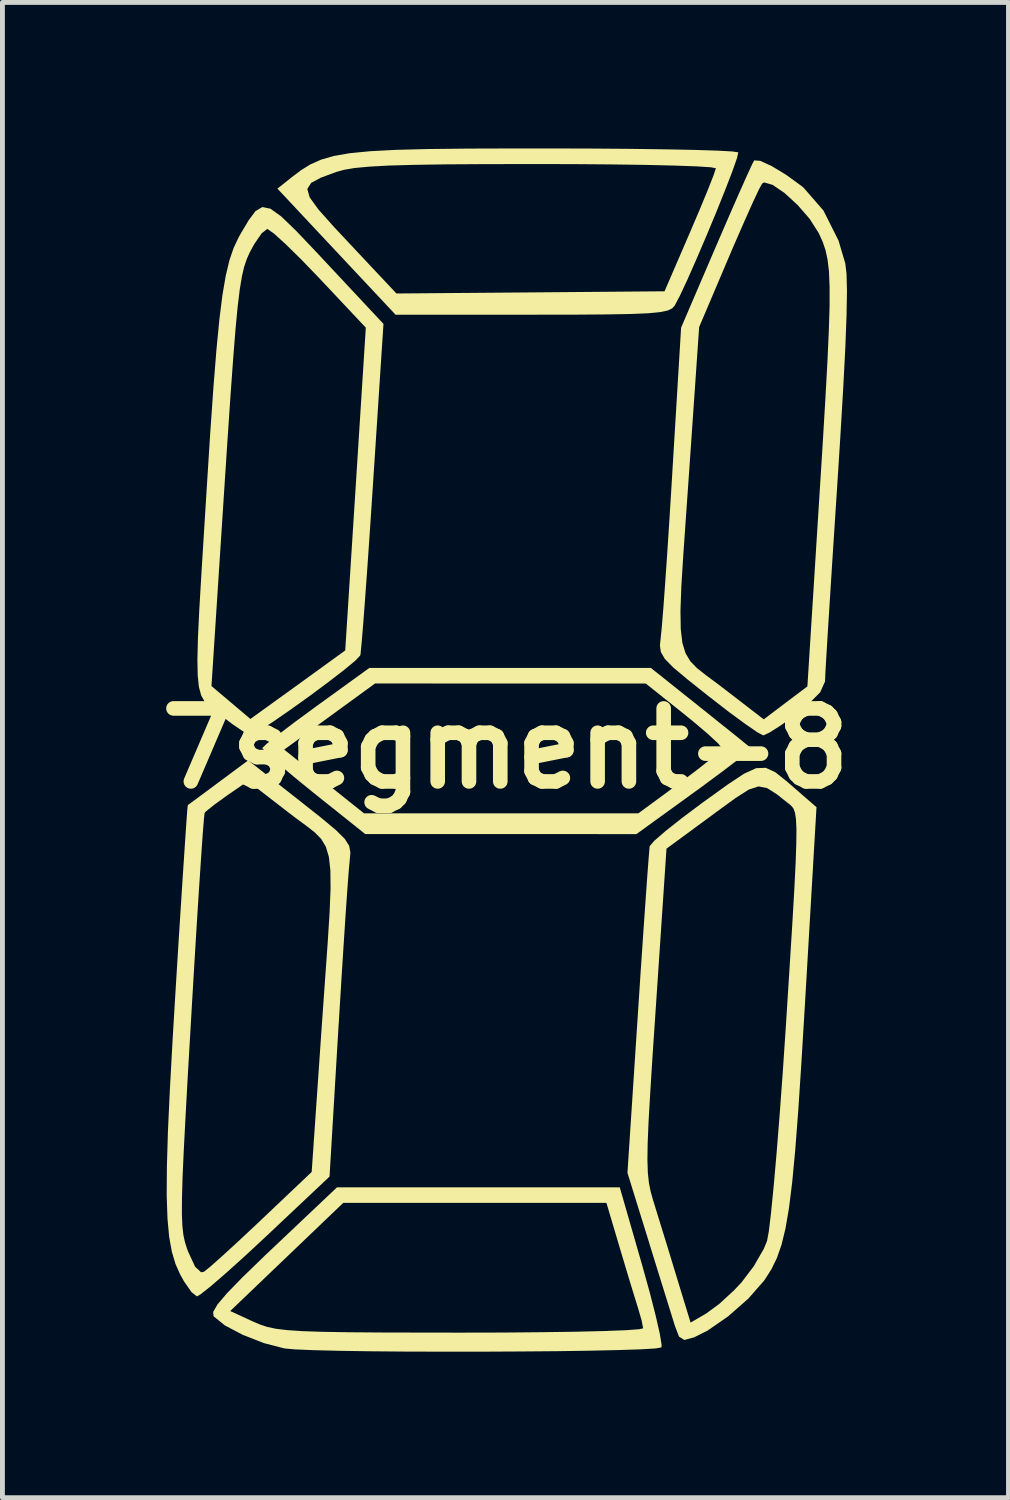
<source format=kicad_pcb>
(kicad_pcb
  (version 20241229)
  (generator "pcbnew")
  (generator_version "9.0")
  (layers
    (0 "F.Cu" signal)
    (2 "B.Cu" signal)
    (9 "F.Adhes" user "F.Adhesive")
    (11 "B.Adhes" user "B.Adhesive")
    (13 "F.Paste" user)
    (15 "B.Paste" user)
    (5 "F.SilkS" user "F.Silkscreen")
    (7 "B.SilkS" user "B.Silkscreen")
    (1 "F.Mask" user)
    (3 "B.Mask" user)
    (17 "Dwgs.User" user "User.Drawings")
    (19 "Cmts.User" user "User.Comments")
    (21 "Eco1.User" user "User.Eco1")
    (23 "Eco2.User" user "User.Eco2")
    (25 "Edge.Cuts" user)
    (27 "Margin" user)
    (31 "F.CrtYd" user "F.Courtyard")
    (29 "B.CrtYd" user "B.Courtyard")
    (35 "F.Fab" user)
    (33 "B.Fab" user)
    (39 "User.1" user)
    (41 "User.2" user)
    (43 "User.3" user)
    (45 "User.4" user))
  (footprint "7segment-8"
    (layer "F.Cu")
    (at 7.336 12.327)
    (property "Reference" "7segment-8" (at 0 0 0) (layer "F.SilkS") (effects (font (size 1.5 1.5) (thickness 0.3))))
    (attr board_only exclude_from_pos_files exclude_from_bom)
    (fp_poly (pts (xy 0.096 -1.654) (xy 2.988 -1.653) (xy 4.002 -0.844) (xy 4.395 -0.529) (xy 4.723 -0.267) (xy 4.951 -0.082) (xy 5.048 -0.003) (xy 5.049 -0.002) (xy 4.979 0.068) (xy 4.766 0.239) (xy 4.44 0.487) (xy 4.031 0.79) (xy 3.886 0.895) (xy 2.69 1.761) (xy -0.096 1.76) (xy -2.882 1.76) (xy -3.949 0.908) (xy -4.348 0.583) (xy -4.676 0.305) (xy -4.903 0.1) (xy -4.97 0.025) (xy -4.547 0.025) (xy -3.727 0.68) (xy -2.907 1.334) (xy -0.089 1.334) (xy 2.729 1.334) (xy 3.587 0.704) (xy 3.949 0.431) (xy 4.237 0.201) (xy 4.412 0.044) (xy 4.448 -0.004) (xy 4.371 -0.1) (xy 4.163 -0.293) (xy 3.859 -0.551) (xy 3.667 -0.707) (xy 2.882 -1.333) (xy 0.101 -1.333) (xy -2.68 -1.334) (xy -3.614 -0.654) (xy -4.547 0.025) (xy -4.97 0.025) (xy -4.996 -0.004) (xy -4.997 -0.009) (xy -4.908 -0.093) (xy -4.679 -0.275) (xy -4.344 -0.53) (xy -3.935 -0.83) (xy -3.888 -0.865) (xy -2.797 -1.654)) (stroke (width 0) (type solid)) (fill yes) (layer "F.SilkS"))
    (fp_poly (pts (xy -0.557 9.019) (xy 2.348 9.019) (xy 2.811 10.627) (xy 2.965 11.182) (xy 3.088 11.663) (xy 3.172 12.034) (xy 3.208 12.259) (xy 3.203 12.308) (xy 3.079 12.329) (xy 2.771 12.347) (xy 2.308 12.362) (xy 1.721 12.375) (xy 1.038 12.385) (xy 0.289 12.391) (xy -0.497 12.395) (xy -1.29 12.395) (xy -2.06 12.393) (xy -2.779 12.387) (xy -3.416 12.377) (xy -3.943 12.364) (xy -4.329 12.348) (xy -4.544 12.328) (xy -4.967 12.218) (xy -5.399 12.049) (xy -5.768 11.854) (xy -5.998 11.667) (xy -6.007 11.58) (xy -5.995 11.56) (xy -5.656 11.56) (xy -5.176 11.781) (xy -5.039 11.839) (xy -4.894 11.887) (xy -4.718 11.924) (xy -4.486 11.952) (xy -4.176 11.973) (xy -3.764 11.987) (xy -3.226 11.996) (xy -2.539 12.001) (xy -1.679 12.003) (xy -0.934 12.004) (xy -0.062 12.002) (xy 0.739 11.995) (xy 1.444 11.985) (xy 2.029 11.971) (xy 2.471 11.954) (xy 2.745 11.934) (xy 2.828 11.916) (xy 2.798 11.757) (xy 2.728 11.515) (xy 2.653 11.273) (xy 2.537 10.894) (xy 2.403 10.445) (xy 2.351 10.272) (xy 2.074 9.338) (xy -0.63 9.338) (xy -3.334 9.338) (xy -4.495 10.449) (xy -5.656 11.56) (xy -5.995 11.56) (xy -5.921 11.429) (xy -5.725 11.197) (xy -5.404 10.867) (xy -4.942 10.419) (xy -4.787 10.272) (xy -3.462 9.018)) (stroke (width 0) (type solid)) (fill yes) (layer "F.SilkS"))
    (fp_poly (pts (xy 1.714 -12.325) (xy 2.537 -12.319) (xy 3.268 -12.309) (xy 3.882 -12.297) (xy 4.355 -12.282) (xy 4.663 -12.265) (xy 4.782 -12.247) (xy 4.783 -12.246) (xy 4.757 -12.13) (xy 4.662 -11.859) (xy 4.514 -11.475) (xy 4.331 -11.019) (xy 4.129 -10.533) (xy 3.925 -10.056) (xy 3.737 -9.63) (xy 3.581 -9.296) (xy 3.476 -9.098) (xy 3.425 -9.041) (xy 3.336 -8.998) (xy 3.182 -8.965) (xy 2.94 -8.941) (xy 2.585 -8.926) (xy 2.091 -8.917) (xy 1.435 -8.912) (xy 0.591 -8.911) (xy 0.55 -8.911) (xy -2.259 -8.911) (xy -3.473 -10.206) (xy -4.68 -11.495) (xy -4.072 -11.495) (xy -4.023 -11.321) (xy -3.841 -11.07) (xy -3.522 -10.712) (xy -3.227 -10.397) (xy -2.241 -9.347) (xy 0.514 -9.369) (xy 3.268 -9.392) (xy 3.795 -10.613) (xy 3.996 -11.085) (xy 4.162 -11.487) (xy 4.276 -11.778) (xy 4.322 -11.917) (xy 4.322 -11.92) (xy 4.22 -11.94) (xy 3.928 -11.959) (xy 3.471 -11.975) (xy 2.875 -11.989) (xy 2.162 -11.999) (xy 1.358 -12.005) (xy 0.654 -12.006) (xy -0.375 -12.005) (xy -1.213 -12) (xy -1.882 -11.99) (xy -2.404 -11.975) (xy -2.803 -11.953) (xy -3.1 -11.925) (xy -3.317 -11.888) (xy -3.473 -11.845) (xy -3.792 -11.727) (xy -3.993 -11.62) (xy -4.072 -11.495) (xy -4.68 -11.495) (xy -4.686 -11.501) (xy -4.394 -11.734) (xy -4.201 -11.88) (xy -4.007 -12) (xy -3.791 -12.096) (xy -3.531 -12.172) (xy -3.202 -12.229) (xy -2.784 -12.27) (xy -2.254 -12.298) (xy -1.589 -12.315) (xy -0.767 -12.324) (xy 0.235 -12.327) (xy 0.821 -12.327)) (stroke (width 0) (type solid)) (fill yes) (layer "F.SilkS"))
    (fp_poly (pts (xy -4.83 -11.089) (xy -4.61 -10.932) (xy -4.308 -10.641) (xy -3.898 -10.21) (xy -3.695 -9.993) (xy -2.507 -8.722) (xy -2.726 -5.375) (xy -2.781 -4.548) (xy -2.833 -3.789) (xy -2.881 -3.122) (xy -2.922 -2.576) (xy -2.955 -2.177) (xy -2.977 -1.951) (xy -2.983 -1.912) (xy -3.081 -1.807) (xy -3.313 -1.614) (xy -3.639 -1.363) (xy -4.016 -1.083) (xy -4.405 -0.804) (xy -4.762 -0.557) (xy -5.047 -0.371) (xy -5.218 -0.277) (xy -5.242 -0.271) (xy -5.37 -0.335) (xy -5.607 -0.496) (xy -5.838 -0.671) (xy -5.979 -0.778) (xy -6.095 -0.87) (xy -6.185 -0.967) (xy -6.253 -1.09) (xy -6.299 -1.262) (xy -6.301 -1.281) (xy -6.041 -1.281) (xy -5.641 -0.943) (xy -5.241 -0.605) (xy -4.699 -0.996) (xy -4.318 -1.271) (xy -3.927 -1.554) (xy -3.725 -1.7) (xy -3.293 -2.013) (xy -3.081 -5.329) (xy -2.87 -8.645) (xy -3.823 -9.658) (xy -4.188 -10.037) (xy -4.508 -10.352) (xy -4.751 -10.573) (xy -4.886 -10.67) (xy -4.896 -10.672) (xy -5.009 -10.584) (xy -5.163 -10.36) (xy -5.254 -10.192) (xy -5.316 -10.055) (xy -5.369 -9.897) (xy -5.416 -9.695) (xy -5.46 -9.429) (xy -5.503 -9.076) (xy -5.547 -8.614) (xy -5.594 -8.022) (xy -5.648 -7.278) (xy -5.71 -6.36) (xy -5.767 -5.496) (xy -6.041 -1.281) (xy -6.301 -1.281) (xy -6.324 -1.503) (xy -6.33 -1.834) (xy -6.319 -2.277) (xy -6.291 -2.853) (xy -6.248 -3.583) (xy -6.192 -4.488) (xy -6.139 -5.336) (xy -6.067 -6.472) (xy -6.001 -7.417) (xy -5.939 -8.192) (xy -5.878 -8.819) (xy -5.815 -9.32) (xy -5.747 -9.716) (xy -5.672 -10.03) (xy -5.586 -10.282) (xy -5.486 -10.495) (xy -5.442 -10.574) (xy -5.274 -10.856) (xy -5.135 -11.042) (xy -4.995 -11.123)) (stroke (width 0) (type solid)) (fill yes) (layer "F.SilkS"))
    (fp_poly (pts (xy -4.22 1.083) (xy -3.78 1.431) (xy -3.483 1.679) (xy -3.302 1.859) (xy -3.212 2.001) (xy -3.187 2.137) (xy -3.2 2.295) (xy -3.219 2.496) (xy -3.248 2.88) (xy -3.285 3.414) (xy -3.328 4.069) (xy -3.375 4.812) (xy -3.424 5.612) (xy -3.432 5.733) (xy -3.615 8.797) (xy -4.921 10.028) (xy -5.36 10.436) (xy -5.75 10.787) (xy -6.063 11.057) (xy -6.27 11.22) (xy -6.34 11.259) (xy -6.451 11.172) (xy -6.605 10.951) (xy -6.686 10.806) (xy -6.781 10.591) (xy -6.855 10.342) (xy -6.91 10.039) (xy -6.945 9.661) (xy -6.948 9.567) (xy -6.649 9.567) (xy -6.639 9.812) (xy -6.618 9.997) (xy -6.586 10.144) (xy -6.544 10.276) (xy -6.521 10.339) (xy -6.377 10.65) (xy -6.253 10.764) (xy -6.195 10.753) (xy -6.07 10.652) (xy -5.824 10.434) (xy -5.49 10.128) (xy -5.102 9.765) (xy -5.02 9.687) (xy -3.982 8.702) (xy -3.781 5.792) (xy -3.711 4.803) (xy -3.654 4.004) (xy -3.614 3.371) (xy -3.594 2.879) (xy -3.598 2.506) (xy -3.629 2.228) (xy -3.691 2.021) (xy -3.786 1.861) (xy -3.92 1.725) (xy -4.094 1.589) (xy -4.313 1.428) (xy -4.434 1.336) (xy -5.293 0.672) (xy -5.72 0.967) (xy -5.976 1.152) (xy -6.146 1.288) (xy -6.182 1.325) (xy -6.195 1.442) (xy -6.22 1.749) (xy -6.253 2.222) (xy -6.294 2.84) (xy -6.341 3.578) (xy -6.392 4.414) (xy -6.446 5.325) (xy -6.463 5.617) (xy -6.525 6.68) (xy -6.573 7.552) (xy -6.61 8.255) (xy -6.635 8.81) (xy -6.647 9.241) (xy -6.649 9.567) (xy -6.948 9.567) (xy -6.961 9.188) (xy -6.957 8.6) (xy -6.936 7.876) (xy -6.895 6.996) (xy -6.837 5.939) (xy -6.778 4.963) (xy -6.724 4.088) (xy -6.673 3.283) (xy -6.627 2.574) (xy -6.588 1.984) (xy -6.558 1.536) (xy -6.537 1.255) (xy -6.527 1.164) (xy -6.44 1.101) (xy -6.226 0.943) (xy -5.93 0.723) (xy -5.899 0.7) (xy -5.287 0.245)) (stroke (width 0) (type solid)) (fill yes) (layer "F.SilkS"))
    (fp_poly (pts (xy 5.235 -12.072) (xy 5.474 -11.962) (xy 5.771 -11.782) (xy 6.072 -11.563) (xy 6.128 -11.517) (xy 6.533 -11.051) (xy 6.842 -10.435) (xy 6.982 -9.964) (xy 7.007 -9.753) (xy 7.016 -9.406) (xy 7.008 -8.91) (xy 6.983 -8.25) (xy 6.94 -7.415) (xy 6.879 -6.39) (xy 6.826 -5.553) (xy 6.767 -4.647) (xy 6.712 -3.803) (xy 6.664 -3.045) (xy 6.623 -2.397) (xy 6.592 -1.887) (xy 6.572 -1.538) (xy 6.565 -1.375) (xy 6.565 -1.374) (xy 6.465 -1.152) (xy 6.174 -0.86) (xy 5.981 -0.707) (xy 5.674 -0.485) (xy 5.427 -0.327) (xy 5.296 -0.267) (xy 5.296 -0.267) (xy 5.177 -0.33) (xy 4.928 -0.501) (xy 4.584 -0.754) (xy 4.183 -1.065) (xy 4.163 -1.08) (xy 3.734 -1.422) (xy 3.446 -1.664) (xy 3.274 -1.839) (xy 3.192 -1.98) (xy 3.173 -2.117) (xy 3.19 -2.281) (xy 3.211 -2.487) (xy 3.239 -2.832) (xy 3.595 -2.832) (xy 3.601 -2.453) (xy 3.634 -2.169) (xy 3.699 -1.956) (xy 3.798 -1.79) (xy 3.936 -1.648) (xy 4.116 -1.506) (xy 4.34 -1.34) (xy 4.447 -1.259) (xy 5.306 -0.597) (xy 5.754 -0.936) (xy 6.203 -1.274) (xy 6.439 -5.012) (xy 6.512 -6.171) (xy 6.57 -7.138) (xy 6.614 -7.933) (xy 6.643 -8.576) (xy 6.659 -9.089) (xy 6.659 -9.491) (xy 6.646 -9.804) (xy 6.617 -10.047) (xy 6.574 -10.242) (xy 6.517 -10.409) (xy 6.445 -10.568) (xy 6.43 -10.598) (xy 6.248 -10.882) (xy 6.002 -11.165) (xy 5.735 -11.41) (xy 5.492 -11.577) (xy 5.316 -11.629) (xy 5.275 -11.608) (xy 5.207 -11.485) (xy 5.075 -11.203) (xy 4.894 -10.797) (xy 4.68 -10.307) (xy 4.588 -10.091) (xy 3.979 -8.657) (xy 3.779 -5.769) (xy 3.709 -4.774) (xy 3.653 -3.969) (xy 3.613 -3.33) (xy 3.595 -2.832) (xy 3.239 -2.832) (xy 3.243 -2.875) (xy 3.282 -3.413) (xy 3.327 -4.068) (xy 3.375 -4.809) (xy 3.424 -5.604) (xy 3.427 -5.656) (xy 3.608 -8.645) (xy 4.335 -10.34) (xy 4.576 -10.897) (xy 4.788 -11.382) (xy 4.958 -11.763) (xy 5.07 -12.007) (xy 5.11 -12.082)) (stroke (width 0) (type solid)) (fill yes) (layer "F.SilkS"))
    (fp_poly (pts (xy 5.544 0.49) (xy 5.778 0.676) (xy 5.97 0.843) (xy 6.39 1.208) (xy 6.15 5.3) (xy 6.079 6.47) (xy 6.015 7.448) (xy 5.953 8.255) (xy 5.891 8.912) (xy 5.825 9.442) (xy 5.753 9.864) (xy 5.671 10.2) (xy 5.576 10.471) (xy 5.465 10.699) (xy 5.335 10.904) (xy 5.31 10.939) (xy 4.989 11.305) (xy 4.576 11.668) (xy 4.15 11.963) (xy 3.874 12.101) (xy 3.674 12.155) (xy 3.565 12.085) (xy 3.482 11.868) (xy 3.411 11.64) (xy 3.292 11.257) (xy 3.141 10.771) (xy 2.973 10.229) (xy 2.941 10.123) (xy 2.506 8.721) (xy 2.523 8.459) (xy 2.916 8.459) (xy 2.925 8.722) (xy 2.947 8.928) (xy 2.983 9.105) (xy 3.031 9.278) (xy 3.046 9.325) (xy 3.166 9.716) (xy 3.321 10.217) (xy 3.479 10.736) (xy 3.517 10.861) (xy 3.803 11.797) (xy 4.128 11.608) (xy 4.389 11.416) (xy 4.693 11.137) (xy 4.847 10.974) (xy 5.102 10.638) (xy 5.307 10.282) (xy 5.374 10.12) (xy 5.41 9.925) (xy 5.456 9.542) (xy 5.51 8.997) (xy 5.57 8.317) (xy 5.633 7.526) (xy 5.697 6.652) (xy 5.76 5.718) (xy 5.773 5.512) (xy 5.84 4.455) (xy 5.894 3.591) (xy 5.934 2.899) (xy 5.961 2.359) (xy 5.975 1.951) (xy 5.978 1.655) (xy 5.968 1.45) (xy 5.947 1.316) (xy 5.915 1.232) (xy 5.871 1.179) (xy 5.849 1.159) (xy 5.576 0.943) (xy 5.375 0.815) (xy 5.198 0.781) (xy 4.997 0.847) (xy 4.725 1.021) (xy 4.332 1.307) (xy 4.249 1.369) (xy 3.308 2.06) (xy 3.084 5.393) (xy 3.021 6.327) (xy 2.974 7.075) (xy 2.94 7.662) (xy 2.921 8.115) (xy 2.916 8.459) (xy 2.523 8.459) (xy 2.722 5.428) (xy 2.776 4.607) (xy 2.827 3.853) (xy 2.873 3.193) (xy 2.911 2.653) (xy 2.941 2.26) (xy 2.959 2.041) (xy 2.963 2.008) (xy 3.055 1.9) (xy 3.288 1.698) (xy 3.628 1.429) (xy 4.041 1.12) (xy 4.098 1.079) (xy 4.567 0.741) (xy 4.903 0.519) (xy 5.15 0.406) (xy 5.349 0.399)) (stroke (width 0) (type solid)) (fill yes) (layer "F.SilkS")))
  (gr_rect
    (start -3 -3)
    (end 17.671 27.722)
    (stroke (width 0.1) (type default))
    (fill no)
    (layer "Edge.Cuts")))
</source>
